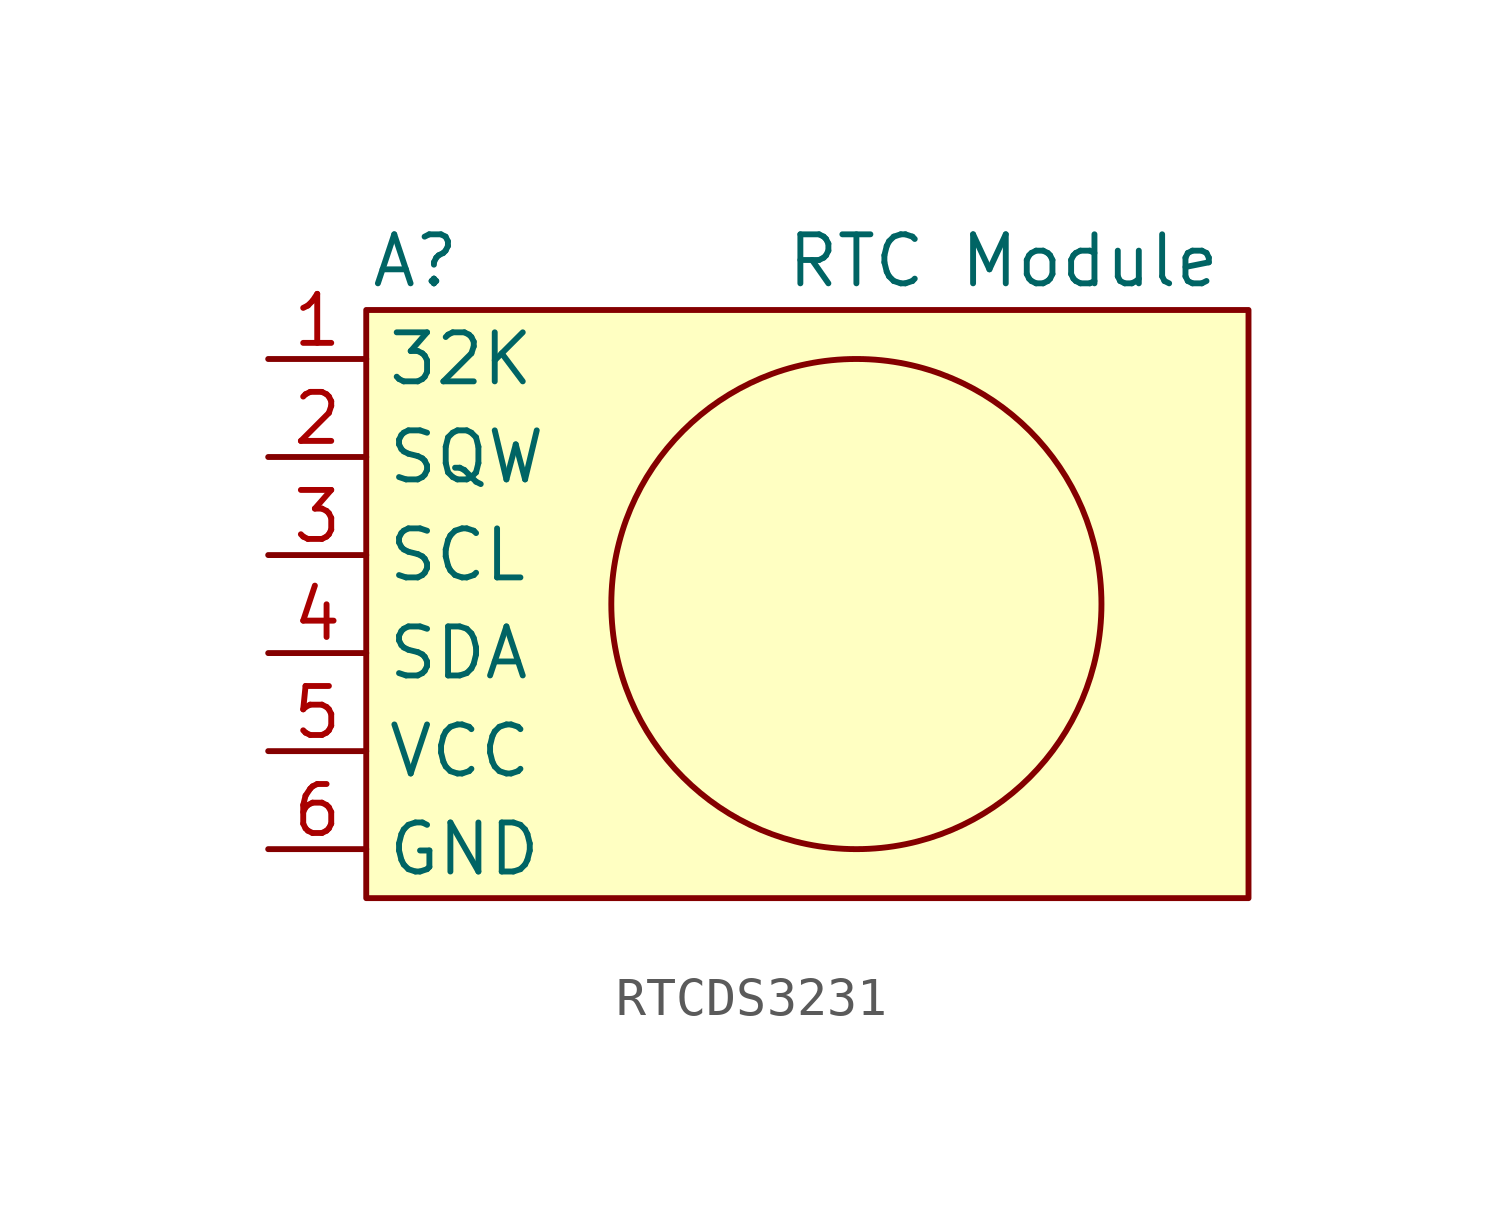
<source format=kicad_sym>
(kicad_symbol_lib
  (version 20220914)
  (generator kicad_symbol_editor)
  (symbol "RTCDS3231"
    (property "Reference" "A"
      (at 3.81 2.54 0)
      (effects (font (size 1.27 1.27))))
    (property "Value" "RTC Module"
      (at 19.05 2.54 0)
      (effects (font (size 1.27 1.27))))
    (symbol "RTCDS3231_0_0"
      (pin output line (at 0 0 0) (length 2.54) (name "32K" (effects (font (size 1.27 1.27)))) (number "1" (effects (font (size 1.27 1.27)))))
      (pin output line (at 0 -2.54 0) (length 2.54) (name "SQW" (effects (font (size 1.27 1.27)))) (number "2" (effects (font (size 1.27 1.27)))))
      (pin bidirectional line (at 0 -5.08 0) (length 2.54) (name "SCL" (effects (font (size 1.27 1.27)))) (number "3" (effects (font (size 1.27 1.27)))))
      (pin bidirectional line (at 0 -7.62 0) (length 2.54) (name "SDA" (effects (font (size 1.27 1.27)))) (number "4" (effects (font (size 1.27 1.27)))))
      (pin power_in line (at 0 -10.16 0) (length 2.54) (name "VCC" (effects (font (size 1.27 1.27)))) (number "5" (effects (font (size 1.27 1.27)))))
      (pin power_in line (at 0 -12.7 0) (length 2.54) (name "GND" (effects (font (size 1.27 1.27)))) (number "6" (effects (font (size 1.27 1.27))))))
    (symbol "RTCDS3231_0_1"
      (circle (center 15.24 -6.35) (radius 6.35) (stroke (width 0) (type default)) (fill (type none))))
    (symbol "RTCDS3231_1_1"
      (rectangle (start 2.54 1.27) (end 25.4 -13.97) (stroke (width 0) (type default)) (fill (type background))))))
</source>
